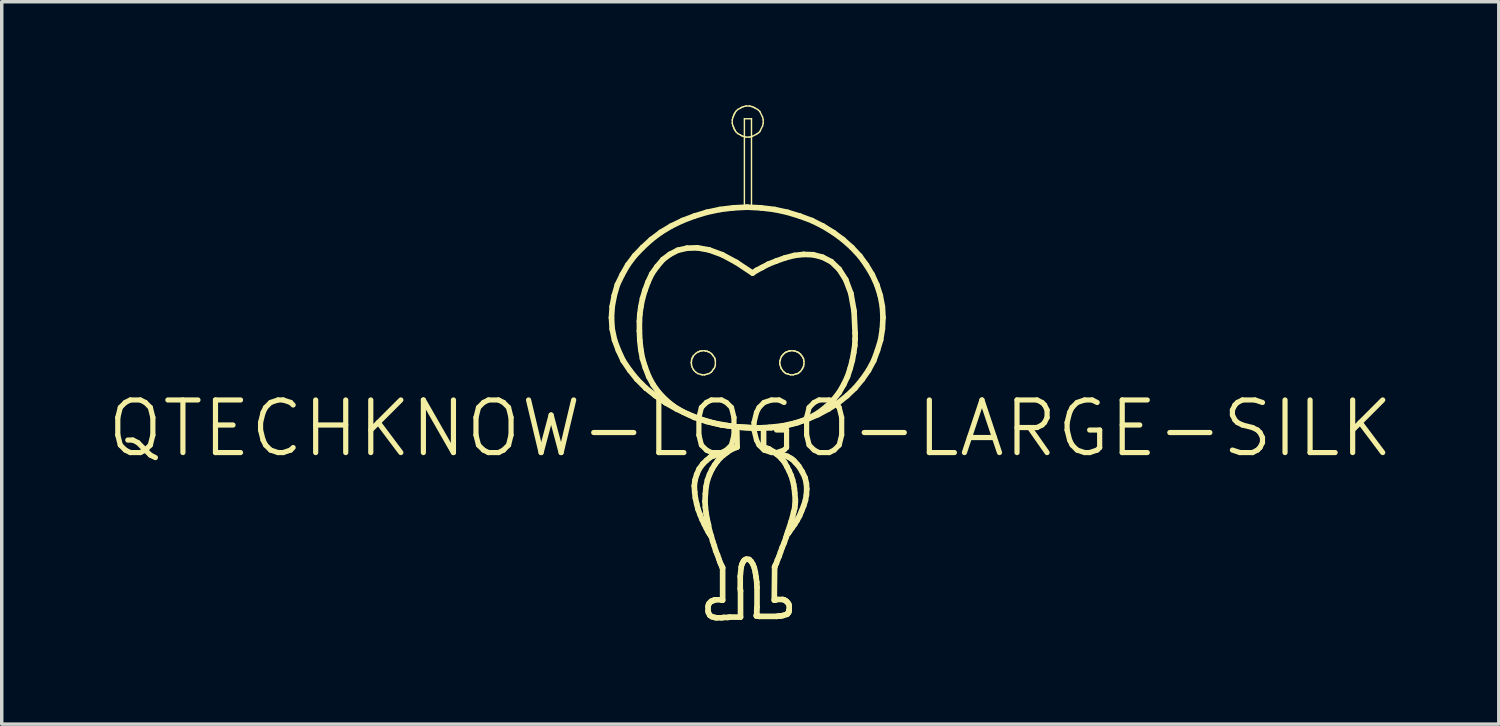
<source format=kicad_pcb>
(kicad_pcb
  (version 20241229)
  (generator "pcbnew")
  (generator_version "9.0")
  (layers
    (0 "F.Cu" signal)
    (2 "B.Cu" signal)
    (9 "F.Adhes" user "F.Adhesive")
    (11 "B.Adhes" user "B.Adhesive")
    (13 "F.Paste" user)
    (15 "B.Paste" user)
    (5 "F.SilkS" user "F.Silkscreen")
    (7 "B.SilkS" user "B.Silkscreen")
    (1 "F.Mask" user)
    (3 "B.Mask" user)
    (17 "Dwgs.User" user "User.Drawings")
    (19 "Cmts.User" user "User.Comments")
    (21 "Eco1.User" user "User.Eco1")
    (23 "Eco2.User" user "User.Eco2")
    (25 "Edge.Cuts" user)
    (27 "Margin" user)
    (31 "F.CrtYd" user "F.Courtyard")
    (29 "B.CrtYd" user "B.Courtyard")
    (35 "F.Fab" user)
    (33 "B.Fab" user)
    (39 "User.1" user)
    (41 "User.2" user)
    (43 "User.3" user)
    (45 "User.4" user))
  (footprint "QTECHKNOW-LOGO-LARGE-SILK"
    (layer "F.Cu")
    (at 18.687 9.365)
    (property "Reference" "QTECHKNOW-LOGO-LARGE-SILK" (at 0 0 0) (layer "F.SilkS") (effects (font (size 1.524 1.524) (thickness 0.15))))
    (attr exclude_from_pos_files exclude_from_bom)
    (fp_line (start -4.021 -3.213) (end -4 -3.533) (stroke (width 0.163) (type solid)) (layer "F.SilkS"))
    (fp_line (start -4 -3.533) (end -3.94 -3.853) (stroke (width 0.163) (type solid)) (layer "F.SilkS"))
    (fp_line (start -4 -2.883) (end -4.021 -3.213) (stroke (width 0.163) (type solid)) (layer "F.SilkS"))
    (fp_line (start -3.94 -3.853) (end -3.851 -4.163) (stroke (width 0.163) (type solid)) (layer "F.SilkS"))
    (fp_line (start -3.932 -2.563) (end -4 -2.883) (stroke (width 0.163) (type solid)) (layer "F.SilkS"))
    (fp_line (start -3.851 -4.163) (end -3.711 -4.453) (stroke (width 0.163) (type solid)) (layer "F.SilkS"))
    (fp_line (start -3.82 -2.263) (end -3.932 -2.563) (stroke (width 0.163) (type solid)) (layer "F.SilkS"))
    (fp_line (start -3.711 -4.453) (end -3.551 -4.735) (stroke (width 0.163) (type solid)) (layer "F.SilkS"))
    (fp_line (start -3.68 -1.963) (end -3.82 -2.263) (stroke (width 0.163) (type solid)) (layer "F.SilkS"))
    (fp_line (start -3.551 -4.735) (end -3.35 -5.004) (stroke (width 0.163) (type solid)) (layer "F.SilkS"))
    (fp_line (start -3.49 -1.684) (end -3.68 -1.963) (stroke (width 0.163) (type solid)) (layer "F.SilkS"))
    (fp_line (start -3.35 -5.004) (end -3.122 -5.243) (stroke (width 0.163) (type solid)) (layer "F.SilkS"))
    (fp_line (start -3.282 -1.425) (end -3.49 -1.684) (stroke (width 0.163) (type solid)) (layer "F.SilkS"))
    (fp_line (start -3.211 -3.104) (end -3.2 -3.305) (stroke (width 0.163) (type solid)) (layer "F.SilkS"))
    (fp_line (start -3.211 -2.824) (end -3.211 -3.104) (stroke (width 0.163) (type solid)) (layer "F.SilkS"))
    (fp_line (start -3.2 -3.305) (end -3.17 -3.523) (stroke (width 0.163) (type solid)) (layer "F.SilkS"))
    (fp_line (start -3.2 -2.553) (end -3.211 -2.824) (stroke (width 0.163) (type solid)) (layer "F.SilkS"))
    (fp_line (start -3.17 -3.523) (end -3.122 -3.764) (stroke (width 0.163) (type solid)) (layer "F.SilkS"))
    (fp_line (start -3.17 -2.283) (end -3.2 -2.553) (stroke (width 0.163) (type solid)) (layer "F.SilkS"))
    (fp_line (start -3.122 -5.243) (end -2.87 -5.474) (stroke (width 0.163) (type solid)) (layer "F.SilkS"))
    (fp_line (start -3.122 -3.764) (end -3.051 -4.003) (stroke (width 0.163) (type solid)) (layer "F.SilkS"))
    (fp_line (start -3.122 -2.024) (end -3.17 -2.283) (stroke (width 0.163) (type solid)) (layer "F.SilkS"))
    (fp_line (start -3.051 -4.003) (end -2.962 -4.244) (stroke (width 0.163) (type solid)) (layer "F.SilkS"))
    (fp_line (start -3.04 -1.763) (end -3.122 -2.024) (stroke (width 0.163) (type solid)) (layer "F.SilkS"))
    (fp_line (start -3.03 -1.173) (end -3.282 -1.425) (stroke (width 0.163) (type solid)) (layer "F.SilkS"))
    (fp_line (start -2.962 -4.244) (end -2.85 -4.483) (stroke (width 0.163) (type solid)) (layer "F.SilkS"))
    (fp_line (start -2.941 -1.504) (end -3.04 -1.763) (stroke (width 0.163) (type solid)) (layer "F.SilkS"))
    (fp_line (start -2.87 -5.474) (end -2.591 -5.685) (stroke (width 0.163) (type solid)) (layer "F.SilkS"))
    (fp_line (start -2.85 -4.483) (end -2.7 -4.694) (stroke (width 0.163) (type solid)) (layer "F.SilkS"))
    (fp_line (start -2.812 -1.265) (end -2.941 -1.504) (stroke (width 0.163) (type solid)) (layer "F.SilkS"))
    (fp_line (start -2.751 -0.953) (end -3.03 -1.173) (stroke (width 0.163) (type solid)) (layer "F.SilkS"))
    (fp_line (start -2.7 -4.694) (end -2.53 -4.895) (stroke (width 0.163) (type solid)) (layer "F.SilkS"))
    (fp_line (start -2.652 -1.044) (end -2.812 -1.265) (stroke (width 0.163) (type solid)) (layer "F.SilkS"))
    (fp_line (start -2.591 -5.685) (end -2.291 -5.865) (stroke (width 0.163) (type solid)) (layer "F.SilkS"))
    (fp_line (start -2.53 -4.895) (end -2.332 -5.044) (stroke (width 0.163) (type solid)) (layer "F.SilkS"))
    (fp_line (start -2.451 -0.833) (end -2.652 -1.044) (stroke (width 0.163) (type solid)) (layer "F.SilkS"))
    (fp_line (start -2.451 -0.744) (end -2.751 -0.953) (stroke (width 0.163) (type solid)) (layer "F.SilkS"))
    (fp_line (start -2.332 -5.044) (end -2.101 -5.164) (stroke (width 0.163) (type solid)) (layer "F.SilkS"))
    (fp_line (start -2.291 -5.865) (end -1.961 -6.025) (stroke (width 0.163) (type solid)) (layer "F.SilkS"))
    (fp_line (start -2.22 -0.643) (end -2.451 -0.833) (stroke (width 0.163) (type solid)) (layer "F.SilkS"))
    (fp_line (start -2.131 -0.564) (end -2.451 -0.744) (stroke (width 0.163) (type solid)) (layer "F.SilkS"))
    (fp_line (start -2.101 -5.164) (end -1.831 -5.225) (stroke (width 0.163) (type solid)) (layer "F.SilkS"))
    (fp_line (start -1.961 -6.025) (end -1.621 -6.154) (stroke (width 0.163) (type solid)) (layer "F.SilkS"))
    (fp_line (start -1.941 -0.475) (end -2.22 -0.643) (stroke (width 0.163) (type solid)) (layer "F.SilkS"))
    (fp_line (start -1.831 -5.225) (end -1.532 -5.235) (stroke (width 0.163) (type solid)) (layer "F.SilkS"))
    (fp_line (start -1.781 -0.404) (end -2.131 -0.564) (stroke (width 0.163) (type solid)) (layer "F.SilkS"))
    (fp_line (start -1.712 -1.905) (end -1.702 -1.943) (stroke (width 0.041) (type solid)) (layer "F.SilkS"))
    (fp_line (start -1.702 -1.974) (end -1.692 -2.014) (stroke (width 0.041) (type solid)) (layer "F.SilkS"))
    (fp_line (start -1.702 -1.943) (end -1.702 -1.974) (stroke (width 0.041) (type solid)) (layer "F.SilkS"))
    (fp_line (start -1.702 -1.875) (end -1.712 -1.905) (stroke (width 0.041) (type solid)) (layer "F.SilkS"))
    (fp_line (start -1.702 -1.834) (end -1.702 -1.875) (stroke (width 0.041) (type solid)) (layer "F.SilkS"))
    (fp_line (start -1.692 -2.014) (end -1.681 -2.045) (stroke (width 0.041) (type solid)) (layer "F.SilkS"))
    (fp_line (start -1.681 -2.045) (end -1.661 -2.073) (stroke (width 0.041) (type solid)) (layer "F.SilkS"))
    (fp_line (start -1.681 -1.773) (end -1.702 -1.834) (stroke (width 0.041) (type solid)) (layer "F.SilkS"))
    (fp_line (start -1.661 -2.073) (end -1.651 -2.103) (stroke (width 0.041) (type solid)) (layer "F.SilkS"))
    (fp_line (start -1.651 -2.103) (end -1.58 -2.174) (stroke (width 0.041) (type solid)) (layer "F.SilkS"))
    (fp_line (start -1.651 -1.714) (end -1.681 -1.773) (stroke (width 0.041) (type solid)) (layer "F.SilkS"))
    (fp_line (start -1.631 -1.684) (end -1.651 -1.714) (stroke (width 0.041) (type solid)) (layer "F.SilkS"))
    (fp_line (start -1.621 -6.154) (end -1.26 -6.264) (stroke (width 0.163) (type solid)) (layer "F.SilkS"))
    (fp_line (start -1.621 -0.323) (end -1.941 -0.475) (stroke (width 0.163) (type solid)) (layer "F.SilkS"))
    (fp_line (start -1.621 1.664) (end -1.6 1.494) (stroke (width 0.163) (type solid)) (layer "F.SilkS"))
    (fp_line (start -1.61 1.844) (end -1.621 1.664) (stroke (width 0.163) (type solid)) (layer "F.SilkS"))
    (fp_line (start -1.6 1.494) (end -1.552 1.333) (stroke (width 0.163) (type solid)) (layer "F.SilkS"))
    (fp_line (start -1.59 2.014) (end -1.61 1.844) (stroke (width 0.163) (type solid)) (layer "F.SilkS"))
    (fp_line (start -1.58 -2.174) (end -1.521 -2.215) (stroke (width 0.041) (type solid)) (layer "F.SilkS"))
    (fp_line (start -1.58 -1.633) (end -1.631 -1.684) (stroke (width 0.041) (type solid)) (layer "F.SilkS"))
    (fp_line (start -1.552 1.333) (end -1.481 1.173) (stroke (width 0.163) (type solid)) (layer "F.SilkS"))
    (fp_line (start -1.552 2.184) (end -1.59 2.014) (stroke (width 0.163) (type solid)) (layer "F.SilkS"))
    (fp_line (start -1.532 -5.235) (end -1.191 -5.174) (stroke (width 0.163) (type solid)) (layer "F.SilkS"))
    (fp_line (start -1.521 -2.215) (end -1.491 -2.223) (stroke (width 0.041) (type solid)) (layer "F.SilkS"))
    (fp_line (start -1.521 -1.593) (end -1.58 -1.633) (stroke (width 0.041) (type solid)) (layer "F.SilkS"))
    (fp_line (start -1.511 2.344) (end -1.552 2.184) (stroke (width 0.163) (type solid)) (layer "F.SilkS"))
    (fp_line (start -1.491 -2.223) (end -1.46 -2.243) (stroke (width 0.041) (type solid)) (layer "F.SilkS"))
    (fp_line (start -1.481 1.173) (end -1.372 1.024) (stroke (width 0.163) (type solid)) (layer "F.SilkS"))
    (fp_line (start -1.46 -2.243) (end -1.43 -2.243) (stroke (width 0.041) (type solid)) (layer "F.SilkS"))
    (fp_line (start -1.45 2.504) (end -1.511 2.344) (stroke (width 0.163) (type solid)) (layer "F.SilkS"))
    (fp_line (start -1.43 -2.243) (end -1.392 -2.253) (stroke (width 0.041) (type solid)) (layer "F.SilkS"))
    (fp_line (start -1.43 -1.565) (end -1.521 -1.593) (stroke (width 0.041) (type solid)) (layer "F.SilkS"))
    (fp_line (start -1.42 -0.264) (end -1.781 -0.404) (stroke (width 0.163) (type solid)) (layer "F.SilkS"))
    (fp_line (start -1.392 -2.253) (end -1.321 -2.253) (stroke (width 0.041) (type solid)) (layer "F.SilkS"))
    (fp_line (start -1.392 -1.554) (end -1.43 -1.565) (stroke (width 0.041) (type solid)) (layer "F.SilkS"))
    (fp_line (start -1.392 2.644) (end -1.45 2.504) (stroke (width 0.163) (type solid)) (layer "F.SilkS"))
    (fp_line (start -1.372 1.024) (end -1.27 0.925) (stroke (width 0.163) (type solid)) (layer "F.SilkS"))
    (fp_line (start -1.331 2.774) (end -1.392 2.644) (stroke (width 0.163) (type solid)) (layer "F.SilkS"))
    (fp_line (start -1.321 -2.253) (end -1.29 -2.243) (stroke (width 0.041) (type solid)) (layer "F.SilkS"))
    (fp_line (start -1.321 -1.554) (end -1.392 -1.554) (stroke (width 0.041) (type solid)) (layer "F.SilkS"))
    (fp_line (start -1.311 2.113) (end -1.3 1.895) (stroke (width 0.163) (type solid)) (layer "F.SilkS"))
    (fp_line (start -1.3 1.895) (end -1.28 1.684) (stroke (width 0.163) (type solid)) (layer "F.SilkS"))
    (fp_line (start -1.3 2.283) (end -1.311 2.113) (stroke (width 0.163) (type solid)) (layer "F.SilkS"))
    (fp_line (start -1.29 -2.243) (end -1.25 -2.243) (stroke (width 0.041) (type solid)) (layer "F.SilkS"))
    (fp_line (start -1.29 -1.565) (end -1.321 -1.554) (stroke (width 0.041) (type solid)) (layer "F.SilkS"))
    (fp_line (start -1.28 1.684) (end -1.24 1.494) (stroke (width 0.163) (type solid)) (layer "F.SilkS"))
    (fp_line (start -1.28 2.454) (end -1.3 2.283) (stroke (width 0.163) (type solid)) (layer "F.SilkS"))
    (fp_line (start -1.27 0.925) (end -1.171 0.843) (stroke (width 0.163) (type solid)) (layer "F.SilkS"))
    (fp_line (start -1.27 2.893) (end -1.331 2.774) (stroke (width 0.163) (type solid)) (layer "F.SilkS"))
    (fp_line (start -1.26 -6.264) (end -0.881 -6.345) (stroke (width 0.163) (type solid)) (layer "F.SilkS"))
    (fp_line (start -1.26 -0.203) (end -1.621 -0.323) (stroke (width 0.163) (type solid)) (layer "F.SilkS"))
    (fp_line (start -1.25 -2.243) (end -1.222 -2.223) (stroke (width 0.041) (type solid)) (layer "F.SilkS"))
    (fp_line (start -1.25 -1.575) (end -1.29 -1.565) (stroke (width 0.041) (type solid)) (layer "F.SilkS"))
    (fp_line (start -1.25 2.624) (end -1.28 2.454) (stroke (width 0.163) (type solid)) (layer "F.SilkS"))
    (fp_line (start -1.24 1.494) (end -1.181 1.333) (stroke (width 0.163) (type solid)) (layer "F.SilkS"))
    (fp_line (start -1.222 -2.223) (end -1.191 -2.215) (stroke (width 0.041) (type solid)) (layer "F.SilkS"))
    (fp_line (start -1.222 2.985) (end -1.27 2.893) (stroke (width 0.163) (type solid)) (layer "F.SilkS"))
    (fp_line (start -1.222 5.164) (end -1.212 5.113) (stroke (width 0.163) (type solid)) (layer "F.SilkS"))
    (fp_line (start -1.222 5.283) (end -1.222 5.164) (stroke (width 0.163) (type solid)) (layer "F.SilkS"))
    (fp_line (start -1.212 2.784) (end -1.25 2.624) (stroke (width 0.163) (type solid)) (layer "F.SilkS"))
    (fp_line (start -1.212 5.113) (end -1.191 5.065) (stroke (width 0.163) (type solid)) (layer "F.SilkS"))
    (fp_line (start -1.212 5.334) (end -1.222 5.283) (stroke (width 0.163) (type solid)) (layer "F.SilkS"))
    (fp_line (start -1.191 -5.174) (end -0.81 -5.034) (stroke (width 0.163) (type solid)) (layer "F.SilkS"))
    (fp_line (start -1.191 -2.215) (end -1.13 -2.174) (stroke (width 0.041) (type solid)) (layer "F.SilkS"))
    (fp_line (start -1.191 -1.593) (end -1.25 -1.575) (stroke (width 0.041) (type solid)) (layer "F.SilkS"))
    (fp_line (start -1.191 5.065) (end -1.13 5.004) (stroke (width 0.163) (type solid)) (layer "F.SilkS"))
    (fp_line (start -1.181 1.333) (end -1.11 1.184) (stroke (width 0.163) (type solid)) (layer "F.SilkS"))
    (fp_line (start -1.181 2.954) (end -1.212 2.784) (stroke (width 0.163) (type solid)) (layer "F.SilkS"))
    (fp_line (start -1.181 3.053) (end -1.222 2.985) (stroke (width 0.163) (type solid)) (layer "F.SilkS"))
    (fp_line (start -1.171 0.843) (end -1.13 0.813) (stroke (width 0.163) (type solid)) (layer "F.SilkS"))
    (fp_line (start -1.171 5.413) (end -1.212 5.334) (stroke (width 0.163) (type solid)) (layer "F.SilkS"))
    (fp_line (start -1.151 3.094) (end -1.181 3.053) (stroke (width 0.163) (type solid)) (layer "F.SilkS"))
    (fp_line (start -1.14 3.114) (end -1.151 3.094) (stroke (width 0.163) (type solid)) (layer "F.SilkS"))
    (fp_line (start -1.13 -2.174) (end -1.11 -2.154) (stroke (width 0.041) (type solid)) (layer "F.SilkS"))
    (fp_line (start -1.13 -1.633) (end -1.191 -1.593) (stroke (width 0.041) (type solid)) (layer "F.SilkS"))
    (fp_line (start -1.13 0.813) (end -1.079 0.792) (stroke (width 0.163) (type solid)) (layer "F.SilkS"))
    (fp_line (start -1.13 3.114) (end -1.181 2.954) (stroke (width 0.163) (type solid)) (layer "F.SilkS"))
    (fp_line (start -1.13 5.004) (end -1.09 4.994) (stroke (width 0.163) (type solid)) (layer "F.SilkS"))
    (fp_line (start -1.11 -2.154) (end -1.09 -2.123) (stroke (width 0.041) (type solid)) (layer "F.SilkS"))
    (fp_line (start -1.11 -1.654) (end -1.13 -1.633) (stroke (width 0.041) (type solid)) (layer "F.SilkS"))
    (fp_line (start -1.11 1.184) (end -1.031 1.054) (stroke (width 0.163) (type solid)) (layer "F.SilkS"))
    (fp_line (start -1.11 5.453) (end -1.171 5.413) (stroke (width 0.163) (type solid)) (layer "F.SilkS"))
    (fp_line (start -1.09 -2.123) (end -1.072 -2.103) (stroke (width 0.041) (type solid)) (layer "F.SilkS"))
    (fp_line (start -1.09 3.264) (end -1.13 3.114) (stroke (width 0.163) (type solid)) (layer "F.SilkS"))
    (fp_line (start -1.09 4.994) (end -1.052 4.973) (stroke (width 0.163) (type solid)) (layer "F.SilkS"))
    (fp_line (start -1.079 0.792) (end -1.041 0.785) (stroke (width 0.163) (type solid)) (layer "F.SilkS"))
    (fp_line (start -1.072 -2.103) (end -1.031 -2.045) (stroke (width 0.041) (type solid)) (layer "F.SilkS"))
    (fp_line (start -1.072 -1.714) (end -1.11 -1.654) (stroke (width 0.041) (type solid)) (layer "F.SilkS"))
    (fp_line (start -1.052 -1.735) (end -1.072 -1.714) (stroke (width 0.041) (type solid)) (layer "F.SilkS"))
    (fp_line (start -1.052 -0.155) (end -1.42 -0.264) (stroke (width 0.163) (type solid)) (layer "F.SilkS"))
    (fp_line (start -1.052 4.973) (end -1.011 4.963) (stroke (width 0.163) (type solid)) (layer "F.SilkS"))
    (fp_line (start -1.041 0.785) (end -1.001 0.765) (stroke (width 0.163) (type solid)) (layer "F.SilkS"))
    (fp_line (start -1.041 3.404) (end -1.09 3.264) (stroke (width 0.163) (type solid)) (layer "F.SilkS"))
    (fp_line (start -1.031 -2.045) (end -1.021 -2.014) (stroke (width 0.041) (type solid)) (layer "F.SilkS"))
    (fp_line (start -1.031 -1.773) (end -1.052 -1.735) (stroke (width 0.041) (type solid)) (layer "F.SilkS"))
    (fp_line (start -1.031 1.054) (end -0.95 0.945) (stroke (width 0.163) (type solid)) (layer "F.SilkS"))
    (fp_line (start -1.031 5.474) (end -1.11 5.453) (stroke (width 0.163) (type solid)) (layer "F.SilkS"))
    (fp_line (start -1.021 -2.014) (end -1.011 -1.974) (stroke (width 0.041) (type solid)) (layer "F.SilkS"))
    (fp_line (start -1.011 -1.974) (end -1.011 -1.834) (stroke (width 0.041) (type solid)) (layer "F.SilkS"))
    (fp_line (start -1.011 -1.834) (end -1.031 -1.773) (stroke (width 0.041) (type solid)) (layer "F.SilkS"))
    (fp_line (start -1.011 4.963) (end -0.841 4.963) (stroke (width 0.163) (type solid)) (layer "F.SilkS"))
    (fp_line (start -1.001 0.765) (end -0.919 0.744) (stroke (width 0.163) (type solid)) (layer "F.SilkS"))
    (fp_line (start -1.001 3.543) (end -1.041 3.404) (stroke (width 0.163) (type solid)) (layer "F.SilkS"))
    (fp_line (start -0.98 5.484) (end -1.031 5.474) (stroke (width 0.163) (type solid)) (layer "F.SilkS"))
    (fp_line (start -0.95 0.945) (end -0.861 0.843) (stroke (width 0.163) (type solid)) (layer "F.SilkS"))
    (fp_line (start -0.95 3.663) (end -1.001 3.543) (stroke (width 0.163) (type solid)) (layer "F.SilkS"))
    (fp_line (start -0.919 0.744) (end -0.881 0.744) (stroke (width 0.163) (type solid)) (layer "F.SilkS"))
    (fp_line (start -0.912 3.774) (end -0.95 3.663) (stroke (width 0.163) (type solid)) (layer "F.SilkS"))
    (fp_line (start -0.881 -6.345) (end -0.49 -6.393) (stroke (width 0.163) (type solid)) (layer "F.SilkS"))
    (fp_line (start -0.881 0.744) (end -0.762 0.714) (stroke (width 0.163) (type solid)) (layer "F.SilkS"))
    (fp_line (start -0.881 3.863) (end -0.912 3.774) (stroke (width 0.163) (type solid)) (layer "F.SilkS"))
    (fp_line (start -0.861 0.843) (end -0.77 0.765) (stroke (width 0.163) (type solid)) (layer "F.SilkS"))
    (fp_line (start -0.851 3.934) (end -0.881 3.863) (stroke (width 0.163) (type solid)) (layer "F.SilkS"))
    (fp_line (start -0.841 -0.104) (end -1.26 -0.203) (stroke (width 0.163) (type solid)) (layer "F.SilkS"))
    (fp_line (start -0.841 4.963) (end -0.82 4.973) (stroke (width 0.163) (type solid)) (layer "F.SilkS"))
    (fp_line (start -0.831 5.484) (end -0.98 5.484) (stroke (width 0.163) (type solid)) (layer "F.SilkS"))
    (fp_line (start -0.82 3.993) (end -0.851 3.934) (stroke (width 0.163) (type solid)) (layer "F.SilkS"))
    (fp_line (start -0.82 4.973) (end -0.8 4.973) (stroke (width 0.163) (type solid)) (layer "F.SilkS"))
    (fp_line (start -0.81 -5.034) (end -0.401 -4.813) (stroke (width 0.163) (type solid)) (layer "F.SilkS"))
    (fp_line (start -0.81 4.023) (end -0.82 3.993) (stroke (width 0.163) (type solid)) (layer "F.SilkS"))
    (fp_line (start -0.8 4.034) (end -0.81 4.023) (stroke (width 0.163) (type solid)) (layer "F.SilkS"))
    (fp_line (start -0.8 4.973) (end -0.8 4.034) (stroke (width 0.163) (type solid)) (layer "F.SilkS"))
    (fp_line (start -0.77 0.765) (end -0.61 0.643) (stroke (width 0.163) (type solid)) (layer "F.SilkS"))
    (fp_line (start -0.77 5.474) (end -0.831 5.484) (stroke (width 0.163) (type solid)) (layer "F.SilkS"))
    (fp_line (start -0.762 0.714) (end -0.721 0.714) (stroke (width 0.163) (type solid)) (layer "F.SilkS"))
    (fp_line (start -0.721 0.714) (end -0.671 0.693) (stroke (width 0.163) (type solid)) (layer "F.SilkS"))
    (fp_line (start -0.66 -0.084) (end -1.052 -0.155) (stroke (width 0.163) (type solid)) (layer "F.SilkS"))
    (fp_line (start -0.65 5.474) (end -0.77 5.474) (stroke (width 0.163) (type solid)) (layer "F.SilkS"))
    (fp_line (start -0.61 0.643) (end -0.432 0.554) (stroke (width 0.163) (type solid)) (layer "F.SilkS"))
    (fp_line (start -0.592 5.464) (end -0.65 5.474) (stroke (width 0.163) (type solid)) (layer "F.SilkS"))
    (fp_line (start -0.521 -8.943) (end -0.5 -9.025) (stroke (width 0.041) (type solid)) (layer "F.SilkS"))
    (fp_line (start -0.521 -8.844) (end -0.521 -8.943) (stroke (width 0.041) (type solid)) (layer "F.SilkS"))
    (fp_line (start -0.5 -9.025) (end -0.48 -9.063) (stroke (width 0.041) (type solid)) (layer "F.SilkS"))
    (fp_line (start -0.5 -8.763) (end -0.521 -8.844) (stroke (width 0.041) (type solid)) (layer "F.SilkS"))
    (fp_line (start -0.49 -6.393) (end -0.091 -6.413) (stroke (width 0.163) (type solid)) (layer "F.SilkS"))
    (fp_line (start -0.48 -9.063) (end -0.47 -9.103) (stroke (width 0.041) (type solid)) (layer "F.SilkS"))
    (fp_line (start -0.48 -8.725) (end -0.5 -8.763) (stroke (width 0.041) (type solid)) (layer "F.SilkS"))
    (fp_line (start -0.47 -9.103) (end -0.442 -9.144) (stroke (width 0.041) (type solid)) (layer "F.SilkS"))
    (fp_line (start -0.47 -8.684) (end -0.48 -8.725) (stroke (width 0.041) (type solid)) (layer "F.SilkS"))
    (fp_line (start -0.442 -9.144) (end -0.422 -9.185) (stroke (width 0.041) (type solid)) (layer "F.SilkS"))
    (fp_line (start -0.442 -8.644) (end -0.47 -8.684) (stroke (width 0.041) (type solid)) (layer "F.SilkS"))
    (fp_line (start -0.432 0.554) (end -0.391 0.544) (stroke (width 0.163) (type solid)) (layer "F.SilkS"))
    (fp_line (start -0.422 -9.185) (end -0.361 -9.243) (stroke (width 0.041) (type solid)) (layer "F.SilkS"))
    (fp_line (start -0.422 -8.603) (end -0.442 -8.644) (stroke (width 0.041) (type solid)) (layer "F.SilkS"))
    (fp_line (start -0.401 -4.813) (end 0.066 -4.503) (stroke (width 0.163) (type solid)) (layer "F.SilkS"))
    (fp_line (start -0.391 -0.043) (end 0.386 -0.013) (stroke (width 0.163) (type solid)) (layer "F.SilkS"))
    (fp_line (start -0.391 0.544) (end -0.381 0.533) (stroke (width 0.163) (type solid)) (layer "F.SilkS"))
    (fp_line (start -0.381 -0.043) (end -0.841 -0.104) (stroke (width 0.163) (type solid)) (layer "F.SilkS"))
    (fp_line (start -0.381 0.533) (end -0.391 -0.043) (stroke (width 0.163) (type solid)) (layer "F.SilkS"))
    (fp_line (start -0.361 -9.243) (end -0.282 -9.284) (stroke (width 0.041) (type solid)) (layer "F.SilkS"))
    (fp_line (start -0.361 -8.545) (end -0.422 -8.603) (stroke (width 0.041) (type solid)) (layer "F.SilkS"))
    (fp_line (start -0.29 4.285) (end -0.29 4.633) (stroke (width 0.163) (type solid)) (layer "F.SilkS"))
    (fp_line (start -0.29 4.633) (end -0.282 4.704) (stroke (width 0.163) (type solid)) (layer "F.SilkS"))
    (fp_line (start -0.282 -9.284) (end -0.251 -9.304) (stroke (width 0.041) (type solid)) (layer "F.SilkS"))
    (fp_line (start -0.282 -8.504) (end -0.361 -8.545) (stroke (width 0.041) (type solid)) (layer "F.SilkS"))
    (fp_line (start -0.282 4.704) (end -0.282 5.464) (stroke (width 0.163) (type solid)) (layer "F.SilkS"))
    (fp_line (start -0.282 5.464) (end -0.592 5.464) (stroke (width 0.163) (type solid)) (layer "F.SilkS"))
    (fp_line (start -0.262 -0.033) (end -0.66 -0.084) (stroke (width 0.163) (type solid)) (layer "F.SilkS"))
    (fp_line (start -0.262 4.013) (end -0.29 4.285) (stroke (width 0.163) (type solid)) (layer "F.SilkS"))
    (fp_line (start -0.251 -9.304) (end -0.201 -9.324) (stroke (width 0.041) (type solid)) (layer "F.SilkS"))
    (fp_line (start -0.251 -8.484) (end -0.282 -8.504) (stroke (width 0.041) (type solid)) (layer "F.SilkS"))
    (fp_line (start -0.241 3.934) (end -0.262 4.013) (stroke (width 0.163) (type solid)) (layer "F.SilkS"))
    (fp_line (start -0.211 3.873) (end -0.241 3.934) (stroke (width 0.163) (type solid)) (layer "F.SilkS"))
    (fp_line (start -0.201 -9.324) (end -0.122 -9.345) (stroke (width 0.041) (type solid)) (layer "F.SilkS"))
    (fp_line (start -0.201 -8.463) (end -0.251 -8.484) (stroke (width 0.041) (type solid)) (layer "F.SilkS"))
    (fp_line (start -0.18 3.823) (end -0.211 3.873) (stroke (width 0.163) (type solid)) (layer "F.SilkS"))
    (fp_line (start -0.17 -8.974) (end 0.036 -8.974) (stroke (width 0.041) (type solid)) (layer "F.SilkS"))
    (fp_line (start -0.17 -6.393) (end -0.17 -8.974) (stroke (width 0.041) (type solid)) (layer "F.SilkS"))
    (fp_line (start -0.14 3.795) (end -0.18 3.823) (stroke (width 0.163) (type solid)) (layer "F.SilkS"))
    (fp_line (start -0.122 -9.345) (end -0.02 -9.345) (stroke (width 0.041) (type solid)) (layer "F.SilkS"))
    (fp_line (start -0.122 -8.443) (end -0.201 -8.463) (stroke (width 0.041) (type solid)) (layer "F.SilkS"))
    (fp_line (start -0.102 3.785) (end -0.14 3.795) (stroke (width 0.163) (type solid)) (layer "F.SilkS"))
    (fp_line (start -0.091 -6.413) (end 0.307 -6.393) (stroke (width 0.163) (type solid)) (layer "F.SilkS"))
    (fp_line (start -0.03 -8.443) (end -0.122 -8.443) (stroke (width 0.041) (type solid)) (layer "F.SilkS"))
    (fp_line (start -0.03 3.795) (end -0.102 3.785) (stroke (width 0.163) (type solid)) (layer "F.SilkS"))
    (fp_line (start -0.02 -9.345) (end 0.056 -9.324) (stroke (width 0.041) (type solid)) (layer "F.SilkS"))
    (fp_line (start 0.018 -8.453) (end -0.03 -8.443) (stroke (width 0.041) (type solid)) (layer "F.SilkS"))
    (fp_line (start 0.028 3.853) (end -0.03 3.795) (stroke (width 0.163) (type solid)) (layer "F.SilkS"))
    (fp_line (start 0.036 -8.974) (end 0.036 -6.393) (stroke (width 0.041) (type solid)) (layer "F.SilkS"))
    (fp_line (start 0.036 -6.393) (end -0.17 -6.393) (stroke (width 0.041) (type solid)) (layer "F.SilkS"))
    (fp_line (start 0.056 -9.324) (end 0.107 -9.304) (stroke (width 0.041) (type solid)) (layer "F.SilkS"))
    (fp_line (start 0.056 -8.463) (end 0.018 -8.453) (stroke (width 0.041) (type solid)) (layer "F.SilkS"))
    (fp_line (start 0.066 -4.503) (end 0.188 -4.585) (stroke (width 0.163) (type solid)) (layer "F.SilkS"))
    (fp_line (start 0.076 3.934) (end 0.028 3.853) (stroke (width 0.163) (type solid)) (layer "F.SilkS"))
    (fp_line (start 0.107 -9.304) (end 0.137 -9.284) (stroke (width 0.041) (type solid)) (layer "F.SilkS"))
    (fp_line (start 0.117 4.034) (end 0.076 3.934) (stroke (width 0.163) (type solid)) (layer "F.SilkS"))
    (fp_line (start 0.137 -9.284) (end 0.216 -9.243) (stroke (width 0.041) (type solid)) (layer "F.SilkS"))
    (fp_line (start 0.137 -0.013) (end -0.381 -0.043) (stroke (width 0.163) (type solid)) (layer "F.SilkS"))
    (fp_line (start 0.147 -0.013) (end -0.262 -0.033) (stroke (width 0.163) (type solid)) (layer "F.SilkS"))
    (fp_line (start 0.147 4.163) (end 0.117 4.034) (stroke (width 0.163) (type solid)) (layer "F.SilkS"))
    (fp_line (start 0.168 4.303) (end 0.147 4.163) (stroke (width 0.163) (type solid)) (layer "F.SilkS"))
    (fp_line (start 0.178 -8.524) (end 0.056 -8.463) (stroke (width 0.041) (type solid)) (layer "F.SilkS"))
    (fp_line (start 0.178 5.413) (end 0.188 5.364) (stroke (width 0.163) (type solid)) (layer "F.SilkS"))
    (fp_line (start 0.178 5.433) (end 0.178 5.413) (stroke (width 0.163) (type solid)) (layer "F.SilkS"))
    (fp_line (start 0.188 -4.585) (end 0.338 -4.663) (stroke (width 0.163) (type solid)) (layer "F.SilkS"))
    (fp_line (start 0.188 4.453) (end 0.168 4.303) (stroke (width 0.163) (type solid)) (layer "F.SilkS"))
    (fp_line (start 0.188 5.273) (end 0.196 5.174) (stroke (width 0.163) (type solid)) (layer "F.SilkS"))
    (fp_line (start 0.188 5.364) (end 0.188 5.273) (stroke (width 0.163) (type solid)) (layer "F.SilkS"))
    (fp_line (start 0.196 4.602) (end 0.188 4.453) (stroke (width 0.163) (type solid)) (layer "F.SilkS"))
    (fp_line (start 0.196 5.174) (end 0.196 4.602) (stroke (width 0.163) (type solid)) (layer "F.SilkS"))
    (fp_line (start 0.206 -8.545) (end 0.178 -8.524) (stroke (width 0.041) (type solid)) (layer "F.SilkS"))
    (fp_line (start 0.216 -9.243) (end 0.277 -9.185) (stroke (width 0.041) (type solid)) (layer "F.SilkS"))
    (fp_line (start 0.236 5.433) (end 0.178 5.433) (stroke (width 0.163) (type solid)) (layer "F.SilkS"))
    (fp_line (start 0.246 -8.572) (end 0.206 -8.545) (stroke (width 0.041) (type solid)) (layer "F.SilkS"))
    (fp_line (start 0.257 5.443) (end 0.236 5.433) (stroke (width 0.163) (type solid)) (layer "F.SilkS"))
    (fp_line (start 0.277 -9.185) (end 0.356 -9.025) (stroke (width 0.041) (type solid)) (layer "F.SilkS"))
    (fp_line (start 0.277 -8.603) (end 0.246 -8.572) (stroke (width 0.041) (type solid)) (layer "F.SilkS"))
    (fp_line (start 0.307 -6.393) (end 0.706 -6.345) (stroke (width 0.163) (type solid)) (layer "F.SilkS"))
    (fp_line (start 0.338 -4.663) (end 0.526 -4.763) (stroke (width 0.163) (type solid)) (layer "F.SilkS"))
    (fp_line (start 0.356 -9.025) (end 0.376 -8.943) (stroke (width 0.041) (type solid)) (layer "F.SilkS"))
    (fp_line (start 0.356 -8.763) (end 0.277 -8.603) (stroke (width 0.041) (type solid)) (layer "F.SilkS"))
    (fp_line (start 0.376 -8.943) (end 0.376 -8.844) (stroke (width 0.041) (type solid)) (layer "F.SilkS"))
    (fp_line (start 0.376 -8.844) (end 0.356 -8.763) (stroke (width 0.041) (type solid)) (layer "F.SilkS"))
    (fp_line (start 0.386 -0.013) (end 0.386 0.533) (stroke (width 0.163) (type solid)) (layer "F.SilkS"))
    (fp_line (start 0.386 0.533) (end 0.546 0.594) (stroke (width 0.163) (type solid)) (layer "F.SilkS"))
    (fp_line (start 0.526 -4.763) (end 0.757 -4.854) (stroke (width 0.163) (type solid)) (layer "F.SilkS"))
    (fp_line (start 0.546 -0.033) (end 0.147 -0.013) (stroke (width 0.163) (type solid)) (layer "F.SilkS"))
    (fp_line (start 0.546 0.594) (end 0.676 0.673) (stroke (width 0.163) (type solid)) (layer "F.SilkS"))
    (fp_line (start 0.607 -0.023) (end 0.137 -0.013) (stroke (width 0.163) (type solid)) (layer "F.SilkS"))
    (fp_line (start 0.676 0.673) (end 0.798 0.765) (stroke (width 0.163) (type solid)) (layer "F.SilkS"))
    (fp_line (start 0.696 4.973) (end 0.706 4.963) (stroke (width 0.163) (type solid)) (layer "F.SilkS"))
    (fp_line (start 0.706 -6.345) (end 1.077 -6.264) (stroke (width 0.163) (type solid)) (layer "F.SilkS"))
    (fp_line (start 0.706 4.013) (end 0.706 4.023) (stroke (width 0.163) (type solid)) (layer "F.SilkS"))
    (fp_line (start 0.706 4.023) (end 0.696 4.973) (stroke (width 0.163) (type solid)) (layer "F.SilkS"))
    (fp_line (start 0.706 4.963) (end 0.747 4.963) (stroke (width 0.163) (type solid)) (layer "F.SilkS"))
    (fp_line (start 0.726 3.965) (end 0.706 4.013) (stroke (width 0.163) (type solid)) (layer "F.SilkS"))
    (fp_line (start 0.747 4.963) (end 0.777 4.953) (stroke (width 0.163) (type solid)) (layer "F.SilkS"))
    (fp_line (start 0.757 -4.854) (end 1.006 -4.943) (stroke (width 0.163) (type solid)) (layer "F.SilkS"))
    (fp_line (start 0.757 3.904) (end 0.726 3.965) (stroke (width 0.163) (type solid)) (layer "F.SilkS"))
    (fp_line (start 0.767 5.443) (end 0.257 5.443) (stroke (width 0.163) (type solid)) (layer "F.SilkS"))
    (fp_line (start 0.777 4.953) (end 0.937 4.953) (stroke (width 0.163) (type solid)) (layer "F.SilkS"))
    (fp_line (start 0.787 3.813) (end 0.757 3.904) (stroke (width 0.163) (type solid)) (layer "F.SilkS"))
    (fp_line (start 0.798 0.744) (end 0.747 0.734) (stroke (width 0.163) (type solid)) (layer "F.SilkS"))
    (fp_line (start 0.798 0.765) (end 0.907 0.874) (stroke (width 0.163) (type solid)) (layer "F.SilkS"))
    (fp_line (start 0.826 5.433) (end 0.767 5.443) (stroke (width 0.163) (type solid)) (layer "F.SilkS"))
    (fp_line (start 0.836 3.703) (end 0.787 3.813) (stroke (width 0.163) (type solid)) (layer "F.SilkS"))
    (fp_line (start 0.856 -1.943) (end 0.866 -1.974) (stroke (width 0.041) (type solid)) (layer "F.SilkS"))
    (fp_line (start 0.856 -1.875) (end 0.856 -1.943) (stroke (width 0.041) (type solid)) (layer "F.SilkS"))
    (fp_line (start 0.866 -1.974) (end 0.876 -2.014) (stroke (width 0.041) (type solid)) (layer "F.SilkS"))
    (fp_line (start 0.866 -1.834) (end 0.856 -1.875) (stroke (width 0.041) (type solid)) (layer "F.SilkS"))
    (fp_line (start 0.876 -2.014) (end 0.897 -2.073) (stroke (width 0.041) (type solid)) (layer "F.SilkS"))
    (fp_line (start 0.876 0.765) (end 0.798 0.744) (stroke (width 0.163) (type solid)) (layer "F.SilkS"))
    (fp_line (start 0.876 3.584) (end 0.836 3.703) (stroke (width 0.163) (type solid)) (layer "F.SilkS"))
    (fp_line (start 0.876 5.433) (end 0.826 5.433) (stroke (width 0.163) (type solid)) (layer "F.SilkS"))
    (fp_line (start 0.886 -1.773) (end 0.866 -1.834) (stroke (width 0.041) (type solid)) (layer "F.SilkS"))
    (fp_line (start 0.897 -2.073) (end 0.917 -2.103) (stroke (width 0.041) (type solid)) (layer "F.SilkS"))
    (fp_line (start 0.897 -1.735) (end 0.886 -1.773) (stroke (width 0.041) (type solid)) (layer "F.SilkS"))
    (fp_line (start 0.907 0.874) (end 0.996 0.983) (stroke (width 0.163) (type solid)) (layer "F.SilkS"))
    (fp_line (start 0.917 -2.103) (end 0.937 -2.123) (stroke (width 0.041) (type solid)) (layer "F.SilkS"))
    (fp_line (start 0.917 -1.714) (end 0.897 -1.735) (stroke (width 0.041) (type solid)) (layer "F.SilkS"))
    (fp_line (start 0.917 0.765) (end 0.876 0.765) (stroke (width 0.163) (type solid)) (layer "F.SilkS"))
    (fp_line (start 0.927 -0.074) (end 0.546 -0.033) (stroke (width 0.163) (type solid)) (layer "F.SilkS"))
    (fp_line (start 0.927 3.444) (end 0.876 3.584) (stroke (width 0.163) (type solid)) (layer "F.SilkS"))
    (fp_line (start 0.927 5.423) (end 0.876 5.433) (stroke (width 0.163) (type solid)) (layer "F.SilkS"))
    (fp_line (start 0.937 -2.123) (end 0.958 -2.154) (stroke (width 0.041) (type solid)) (layer "F.SilkS"))
    (fp_line (start 0.937 4.953) (end 0.978 4.963) (stroke (width 0.163) (type solid)) (layer "F.SilkS"))
    (fp_line (start 0.947 0.775) (end 0.917 0.765) (stroke (width 0.163) (type solid)) (layer "F.SilkS"))
    (fp_line (start 0.958 -2.154) (end 0.986 -2.174) (stroke (width 0.041) (type solid)) (layer "F.SilkS"))
    (fp_line (start 0.958 -1.654) (end 0.917 -1.714) (stroke (width 0.041) (type solid)) (layer "F.SilkS"))
    (fp_line (start 0.968 5.413) (end 0.927 5.423) (stroke (width 0.163) (type solid)) (layer "F.SilkS"))
    (fp_line (start 0.978 4.963) (end 1.016 4.983) (stroke (width 0.163) (type solid)) (layer "F.SilkS"))
    (fp_line (start 0.986 -2.174) (end 1.006 -2.195) (stroke (width 0.041) (type solid)) (layer "F.SilkS"))
    (fp_line (start 0.986 -1.633) (end 0.958 -1.654) (stroke (width 0.041) (type solid)) (layer "F.SilkS"))
    (fp_line (start 0.986 3.305) (end 0.927 3.444) (stroke (width 0.163) (type solid)) (layer "F.SilkS"))
    (fp_line (start 0.996 0.983) (end 1.067 1.113) (stroke (width 0.163) (type solid)) (layer "F.SilkS"))
    (fp_line (start 1.006 -4.943) (end 1.278 -5.014) (stroke (width 0.163) (type solid)) (layer "F.SilkS"))
    (fp_line (start 1.006 -2.195) (end 1.036 -2.215) (stroke (width 0.041) (type solid)) (layer "F.SilkS"))
    (fp_line (start 1.006 -1.613) (end 0.986 -1.633) (stroke (width 0.041) (type solid)) (layer "F.SilkS"))
    (fp_line (start 1.016 -0.074) (end 0.607 -0.023) (stroke (width 0.163) (type solid)) (layer "F.SilkS"))
    (fp_line (start 1.016 4.983) (end 1.046 5.004) (stroke (width 0.163) (type solid)) (layer "F.SilkS"))
    (fp_line (start 1.036 -2.215) (end 1.067 -2.223) (stroke (width 0.041) (type solid)) (layer "F.SilkS"))
    (fp_line (start 1.036 -1.593) (end 1.006 -1.613) (stroke (width 0.041) (type solid)) (layer "F.SilkS"))
    (fp_line (start 1.036 3.155) (end 0.986 3.305) (stroke (width 0.163) (type solid)) (layer "F.SilkS"))
    (fp_line (start 1.046 5.004) (end 1.077 5.034) (stroke (width 0.163) (type solid)) (layer "F.SilkS"))
    (fp_line (start 1.057 5.385) (end 0.968 5.413) (stroke (width 0.163) (type solid)) (layer "F.SilkS"))
    (fp_line (start 1.067 -2.223) (end 1.107 -2.243) (stroke (width 0.041) (type solid)) (layer "F.SilkS"))
    (fp_line (start 1.067 -1.585) (end 1.036 -1.593) (stroke (width 0.041) (type solid)) (layer "F.SilkS"))
    (fp_line (start 1.067 0.803) (end 0.947 0.775) (stroke (width 0.163) (type solid)) (layer "F.SilkS"))
    (fp_line (start 1.067 1.113) (end 1.128 1.234) (stroke (width 0.163) (type solid)) (layer "F.SilkS"))
    (fp_line (start 1.067 3.063) (end 1.087 3.053) (stroke (width 0.163) (type solid)) (layer "F.SilkS"))
    (fp_line (start 1.077 -6.264) (end 1.438 -6.154) (stroke (width 0.163) (type solid)) (layer "F.SilkS"))
    (fp_line (start 1.077 5.034) (end 1.107 5.075) (stroke (width 0.163) (type solid)) (layer "F.SilkS"))
    (fp_line (start 1.077 5.375) (end 1.057 5.385) (stroke (width 0.163) (type solid)) (layer "F.SilkS"))
    (fp_line (start 1.087 2.995) (end 1.036 3.155) (stroke (width 0.163) (type solid)) (layer "F.SilkS"))
    (fp_line (start 1.087 3.053) (end 1.118 3.015) (stroke (width 0.163) (type solid)) (layer "F.SilkS"))
    (fp_line (start 1.087 5.354) (end 1.077 5.375) (stroke (width 0.163) (type solid)) (layer "F.SilkS"))
    (fp_line (start 1.097 0.823) (end 1.067 0.803) (stroke (width 0.163) (type solid)) (layer "F.SilkS"))
    (fp_line (start 1.107 -2.243) (end 1.138 -2.243) (stroke (width 0.041) (type solid)) (layer "F.SilkS"))
    (fp_line (start 1.107 -1.575) (end 1.067 -1.585) (stroke (width 0.041) (type solid)) (layer "F.SilkS"))
    (fp_line (start 1.107 5.075) (end 1.128 5.123) (stroke (width 0.163) (type solid)) (layer "F.SilkS"))
    (fp_line (start 1.107 5.334) (end 1.087 5.354) (stroke (width 0.163) (type solid)) (layer "F.SilkS"))
    (fp_line (start 1.118 3.015) (end 1.156 2.954) (stroke (width 0.163) (type solid)) (layer "F.SilkS"))
    (fp_line (start 1.118 5.283) (end 1.118 5.314) (stroke (width 0.163) (type solid)) (layer "F.SilkS"))
    (fp_line (start 1.118 5.314) (end 1.107 5.334) (stroke (width 0.163) (type solid)) (layer "F.SilkS"))
    (fp_line (start 1.128 1.234) (end 1.186 1.364) (stroke (width 0.163) (type solid)) (layer "F.SilkS"))
    (fp_line (start 1.128 5.123) (end 1.128 5.253) (stroke (width 0.163) (type solid)) (layer "F.SilkS"))
    (fp_line (start 1.128 5.253) (end 1.118 5.283) (stroke (width 0.163) (type solid)) (layer "F.SilkS"))
    (fp_line (start 1.138 -2.243) (end 1.166 -2.253) (stroke (width 0.041) (type solid)) (layer "F.SilkS"))
    (fp_line (start 1.156 2.954) (end 1.217 2.873) (stroke (width 0.163) (type solid)) (layer "F.SilkS"))
    (fp_line (start 1.166 -2.253) (end 1.247 -2.253) (stroke (width 0.041) (type solid)) (layer "F.SilkS"))
    (fp_line (start 1.166 -1.554) (end 1.107 -1.575) (stroke (width 0.041) (type solid)) (layer "F.SilkS"))
    (fp_line (start 1.176 0.864) (end 1.097 0.823) (stroke (width 0.163) (type solid)) (layer "F.SilkS"))
    (fp_line (start 1.186 1.364) (end 1.227 1.494) (stroke (width 0.163) (type solid)) (layer "F.SilkS"))
    (fp_line (start 1.186 2.695) (end 1.087 2.995) (stroke (width 0.163) (type solid)) (layer "F.SilkS"))
    (fp_line (start 1.217 0.894) (end 1.176 0.864) (stroke (width 0.163) (type solid)) (layer "F.SilkS"))
    (fp_line (start 1.217 2.873) (end 1.288 2.774) (stroke (width 0.163) (type solid)) (layer "F.SilkS"))
    (fp_line (start 1.227 1.494) (end 1.257 1.623) (stroke (width 0.163) (type solid)) (layer "F.SilkS"))
    (fp_line (start 1.227 2.553) (end 1.186 2.695) (stroke (width 0.163) (type solid)) (layer "F.SilkS"))
    (fp_line (start 1.247 -2.253) (end 1.278 -2.243) (stroke (width 0.041) (type solid)) (layer "F.SilkS"))
    (fp_line (start 1.247 -1.554) (end 1.166 -1.554) (stroke (width 0.041) (type solid)) (layer "F.SilkS"))
    (fp_line (start 1.257 1.623) (end 1.278 1.745) (stroke (width 0.163) (type solid)) (layer "F.SilkS"))
    (fp_line (start 1.257 2.423) (end 1.227 2.553) (stroke (width 0.163) (type solid)) (layer "F.SilkS"))
    (fp_line (start 1.267 0.935) (end 1.217 0.894) (stroke (width 0.163) (type solid)) (layer "F.SilkS"))
    (fp_line (start 1.278 -5.014) (end 1.547 -5.044) (stroke (width 0.163) (type solid)) (layer "F.SilkS"))
    (fp_line (start 1.278 -2.243) (end 1.306 -2.243) (stroke (width 0.041) (type solid)) (layer "F.SilkS"))
    (fp_line (start 1.278 1.745) (end 1.288 1.864) (stroke (width 0.163) (type solid)) (layer "F.SilkS"))
    (fp_line (start 1.288 1.864) (end 1.306 2.062) (stroke (width 0.163) (type solid)) (layer "F.SilkS"))
    (fp_line (start 1.288 2.304) (end 1.257 2.423) (stroke (width 0.163) (type solid)) (layer "F.SilkS"))
    (fp_line (start 1.288 2.774) (end 1.356 2.664) (stroke (width 0.163) (type solid)) (layer "F.SilkS"))
    (fp_line (start 1.298 -0.155) (end 0.927 -0.074) (stroke (width 0.163) (type solid)) (layer "F.SilkS"))
    (fp_line (start 1.298 2.205) (end 1.288 2.304) (stroke (width 0.163) (type solid)) (layer "F.SilkS"))
    (fp_line (start 1.306 -2.243) (end 1.346 -2.223) (stroke (width 0.041) (type solid)) (layer "F.SilkS"))
    (fp_line (start 1.306 -1.575) (end 1.247 -1.554) (stroke (width 0.041) (type solid)) (layer "F.SilkS"))
    (fp_line (start 1.306 0.983) (end 1.267 0.935) (stroke (width 0.163) (type solid)) (layer "F.SilkS"))
    (fp_line (start 1.306 2.062) (end 1.306 2.134) (stroke (width 0.163) (type solid)) (layer "F.SilkS"))
    (fp_line (start 1.306 2.134) (end 1.298 2.205) (stroke (width 0.163) (type solid)) (layer "F.SilkS"))
    (fp_line (start 1.346 -2.223) (end 1.377 -2.215) (stroke (width 0.041) (type solid)) (layer "F.SilkS"))
    (fp_line (start 1.346 -1.585) (end 1.306 -1.575) (stroke (width 0.041) (type solid)) (layer "F.SilkS"))
    (fp_line (start 1.356 1.034) (end 1.306 0.983) (stroke (width 0.163) (type solid)) (layer "F.SilkS"))
    (fp_line (start 1.356 2.664) (end 1.427 2.535) (stroke (width 0.163) (type solid)) (layer "F.SilkS"))
    (fp_line (start 1.377 -2.215) (end 1.407 -2.195) (stroke (width 0.041) (type solid)) (layer "F.SilkS"))
    (fp_line (start 1.377 -1.593) (end 1.346 -1.585) (stroke (width 0.041) (type solid)) (layer "F.SilkS"))
    (fp_line (start 1.377 -0.173) (end 1.016 -0.074) (stroke (width 0.163) (type solid)) (layer "F.SilkS"))
    (fp_line (start 1.407 -2.195) (end 1.427 -2.174) (stroke (width 0.041) (type solid)) (layer "F.SilkS"))
    (fp_line (start 1.407 -1.613) (end 1.377 -1.593) (stroke (width 0.041) (type solid)) (layer "F.SilkS"))
    (fp_line (start 1.407 1.095) (end 1.356 1.034) (stroke (width 0.163) (type solid)) (layer "F.SilkS"))
    (fp_line (start 1.427 -2.174) (end 1.458 -2.154) (stroke (width 0.041) (type solid)) (layer "F.SilkS"))
    (fp_line (start 1.427 -1.633) (end 1.407 -1.613) (stroke (width 0.041) (type solid)) (layer "F.SilkS"))
    (fp_line (start 1.427 2.535) (end 1.486 2.393) (stroke (width 0.163) (type solid)) (layer "F.SilkS"))
    (fp_line (start 1.438 -6.154) (end 1.786 -6.025) (stroke (width 0.163) (type solid)) (layer "F.SilkS"))
    (fp_line (start 1.458 -2.154) (end 1.476 -2.123) (stroke (width 0.041) (type solid)) (layer "F.SilkS"))
    (fp_line (start 1.458 -1.654) (end 1.427 -1.633) (stroke (width 0.041) (type solid)) (layer "F.SilkS"))
    (fp_line (start 1.476 -2.123) (end 1.496 -2.103) (stroke (width 0.041) (type solid)) (layer "F.SilkS"))
    (fp_line (start 1.486 2.393) (end 1.547 2.243) (stroke (width 0.163) (type solid)) (layer "F.SilkS"))
    (fp_line (start 1.496 -2.103) (end 1.516 -2.073) (stroke (width 0.041) (type solid)) (layer "F.SilkS"))
    (fp_line (start 1.496 -1.714) (end 1.458 -1.654) (stroke (width 0.041) (type solid)) (layer "F.SilkS"))
    (fp_line (start 1.506 1.255) (end 1.407 1.095) (stroke (width 0.163) (type solid)) (layer "F.SilkS"))
    (fp_line (start 1.516 -2.073) (end 1.527 -2.045) (stroke (width 0.041) (type solid)) (layer "F.SilkS"))
    (fp_line (start 1.516 -1.735) (end 1.496 -1.714) (stroke (width 0.041) (type solid)) (layer "F.SilkS"))
    (fp_line (start 1.527 -2.045) (end 1.547 -2.014) (stroke (width 0.041) (type solid)) (layer "F.SilkS"))
    (fp_line (start 1.527 -1.773) (end 1.516 -1.735) (stroke (width 0.041) (type solid)) (layer "F.SilkS"))
    (fp_line (start 1.547 -5.044) (end 1.826 -5.034) (stroke (width 0.163) (type solid)) (layer "F.SilkS"))
    (fp_line (start 1.547 -2.014) (end 1.547 -1.974) (stroke (width 0.041) (type solid)) (layer "F.SilkS"))
    (fp_line (start 1.547 -1.974) (end 1.557 -1.943) (stroke (width 0.041) (type solid)) (layer "F.SilkS"))
    (fp_line (start 1.547 -1.834) (end 1.547 -1.803) (stroke (width 0.041) (type solid)) (layer "F.SilkS"))
    (fp_line (start 1.547 -1.803) (end 1.527 -1.773) (stroke (width 0.041) (type solid)) (layer "F.SilkS"))
    (fp_line (start 1.547 2.243) (end 1.598 2.083) (stroke (width 0.163) (type solid)) (layer "F.SilkS"))
    (fp_line (start 1.557 -1.943) (end 1.557 -1.875) (stroke (width 0.041) (type solid)) (layer "F.SilkS"))
    (fp_line (start 1.557 -1.875) (end 1.547 -1.834) (stroke (width 0.041) (type solid)) (layer "F.SilkS"))
    (fp_line (start 1.587 1.425) (end 1.506 1.255) (stroke (width 0.163) (type solid)) (layer "F.SilkS"))
    (fp_line (start 1.598 2.083) (end 1.626 1.923) (stroke (width 0.163) (type solid)) (layer "F.SilkS"))
    (fp_line (start 1.626 1.593) (end 1.587 1.425) (stroke (width 0.163) (type solid)) (layer "F.SilkS"))
    (fp_line (start 1.626 1.923) (end 1.636 1.753) (stroke (width 0.163) (type solid)) (layer "F.SilkS"))
    (fp_line (start 1.636 -0.264) (end 1.298 -0.155) (stroke (width 0.163) (type solid)) (layer "F.SilkS"))
    (fp_line (start 1.636 1.753) (end 1.626 1.593) (stroke (width 0.163) (type solid)) (layer "F.SilkS"))
    (fp_line (start 1.697 -0.295) (end 1.377 -0.173) (stroke (width 0.163) (type solid)) (layer "F.SilkS"))
    (fp_line (start 1.786 -6.025) (end 2.106 -5.865) (stroke (width 0.163) (type solid)) (layer "F.SilkS"))
    (fp_line (start 1.826 -5.034) (end 2.095 -4.963) (stroke (width 0.163) (type solid)) (layer "F.SilkS"))
    (fp_line (start 1.966 -0.404) (end 1.636 -0.264) (stroke (width 0.163) (type solid)) (layer "F.SilkS"))
    (fp_line (start 1.976 -0.455) (end 1.697 -0.295) (stroke (width 0.163) (type solid)) (layer "F.SilkS"))
    (fp_line (start 2.095 -4.963) (end 2.347 -4.834) (stroke (width 0.163) (type solid)) (layer "F.SilkS"))
    (fp_line (start 2.106 -5.865) (end 2.416 -5.674) (stroke (width 0.163) (type solid)) (layer "F.SilkS"))
    (fp_line (start 2.207 -0.635) (end 1.976 -0.455) (stroke (width 0.163) (type solid)) (layer "F.SilkS"))
    (fp_line (start 2.266 -0.564) (end 1.966 -0.404) (stroke (width 0.163) (type solid)) (layer "F.SilkS"))
    (fp_line (start 2.347 -4.834) (end 2.576 -4.613) (stroke (width 0.163) (type solid)) (layer "F.SilkS"))
    (fp_line (start 2.408 -0.833) (end 2.207 -0.635) (stroke (width 0.163) (type solid)) (layer "F.SilkS"))
    (fp_line (start 2.416 -5.674) (end 2.687 -5.474) (stroke (width 0.163) (type solid)) (layer "F.SilkS"))
    (fp_line (start 2.548 -0.744) (end 2.266 -0.564) (stroke (width 0.163) (type solid)) (layer "F.SilkS"))
    (fp_line (start 2.576 -4.613) (end 2.766 -4.313) (stroke (width 0.163) (type solid)) (layer "F.SilkS"))
    (fp_line (start 2.576 -1.044) (end 2.408 -0.833) (stroke (width 0.163) (type solid)) (layer "F.SilkS"))
    (fp_line (start 2.687 -5.474) (end 2.946 -5.243) (stroke (width 0.163) (type solid)) (layer "F.SilkS"))
    (fp_line (start 2.708 -1.273) (end 2.576 -1.044) (stroke (width 0.163) (type solid)) (layer "F.SilkS"))
    (fp_line (start 2.766 -4.313) (end 2.916 -3.914) (stroke (width 0.163) (type solid)) (layer "F.SilkS"))
    (fp_line (start 2.807 -0.953) (end 2.548 -0.744) (stroke (width 0.163) (type solid)) (layer "F.SilkS"))
    (fp_line (start 2.817 -1.504) (end 2.708 -1.273) (stroke (width 0.163) (type solid)) (layer "F.SilkS"))
    (fp_line (start 2.896 -1.745) (end 2.817 -1.504) (stroke (width 0.163) (type solid)) (layer "F.SilkS"))
    (fp_line (start 2.916 -3.914) (end 3.007 -3.404) (stroke (width 0.163) (type solid)) (layer "F.SilkS"))
    (fp_line (start 2.946 -5.243) (end 3.178 -4.994) (stroke (width 0.163) (type solid)) (layer "F.SilkS"))
    (fp_line (start 2.957 -1.974) (end 2.896 -1.745) (stroke (width 0.163) (type solid)) (layer "F.SilkS"))
    (fp_line (start 2.997 -2.195) (end 2.957 -1.974) (stroke (width 0.163) (type solid)) (layer "F.SilkS"))
    (fp_line (start 3.007 -3.404) (end 3.038 -2.764) (stroke (width 0.163) (type solid)) (layer "F.SilkS"))
    (fp_line (start 3.028 -2.403) (end 2.997 -2.195) (stroke (width 0.163) (type solid)) (layer "F.SilkS"))
    (fp_line (start 3.038 -2.764) (end 3.038 -2.593) (stroke (width 0.163) (type solid)) (layer "F.SilkS"))
    (fp_line (start 3.038 -2.593) (end 3.028 -2.403) (stroke (width 0.163) (type solid)) (layer "F.SilkS"))
    (fp_line (start 3.038 -1.173) (end 2.807 -0.953) (stroke (width 0.163) (type solid)) (layer "F.SilkS"))
    (fp_line (start 3.178 -4.994) (end 3.365 -4.735) (stroke (width 0.163) (type solid)) (layer "F.SilkS"))
    (fp_line (start 3.246 -1.425) (end 3.038 -1.173) (stroke (width 0.163) (type solid)) (layer "F.SilkS"))
    (fp_line (start 3.365 -4.735) (end 3.536 -4.453) (stroke (width 0.163) (type solid)) (layer "F.SilkS"))
    (fp_line (start 3.426 -1.684) (end 3.246 -1.425) (stroke (width 0.163) (type solid)) (layer "F.SilkS"))
    (fp_line (start 3.536 -4.453) (end 3.668 -4.163) (stroke (width 0.163) (type solid)) (layer "F.SilkS"))
    (fp_line (start 3.576 -1.963) (end 3.426 -1.684) (stroke (width 0.163) (type solid)) (layer "F.SilkS"))
    (fp_line (start 3.668 -4.163) (end 3.767 -3.853) (stroke (width 0.163) (type solid)) (layer "F.SilkS"))
    (fp_line (start 3.686 -2.263) (end 3.576 -1.963) (stroke (width 0.163) (type solid)) (layer "F.SilkS"))
    (fp_line (start 3.767 -3.853) (end 3.828 -3.533) (stroke (width 0.163) (type solid)) (layer "F.SilkS"))
    (fp_line (start 3.777 -2.563) (end 3.686 -2.263) (stroke (width 0.163) (type solid)) (layer "F.SilkS"))
    (fp_line (start 3.828 -3.533) (end 3.846 -3.213) (stroke (width 0.163) (type solid)) (layer "F.SilkS"))
    (fp_line (start 3.828 -2.883) (end 3.777 -2.563) (stroke (width 0.163) (type solid)) (layer "F.SilkS"))
    (fp_line (start 3.846 -3.213) (end 3.828 -2.883) (stroke (width 0.163) (type solid)) (layer "F.SilkS")))
  (gr_rect
    (start -3 -3)
    (end 40.374 17.93)
    (stroke (width 0.1) (type default))
    (fill no)
    (layer "Edge.Cuts")))
</source>
